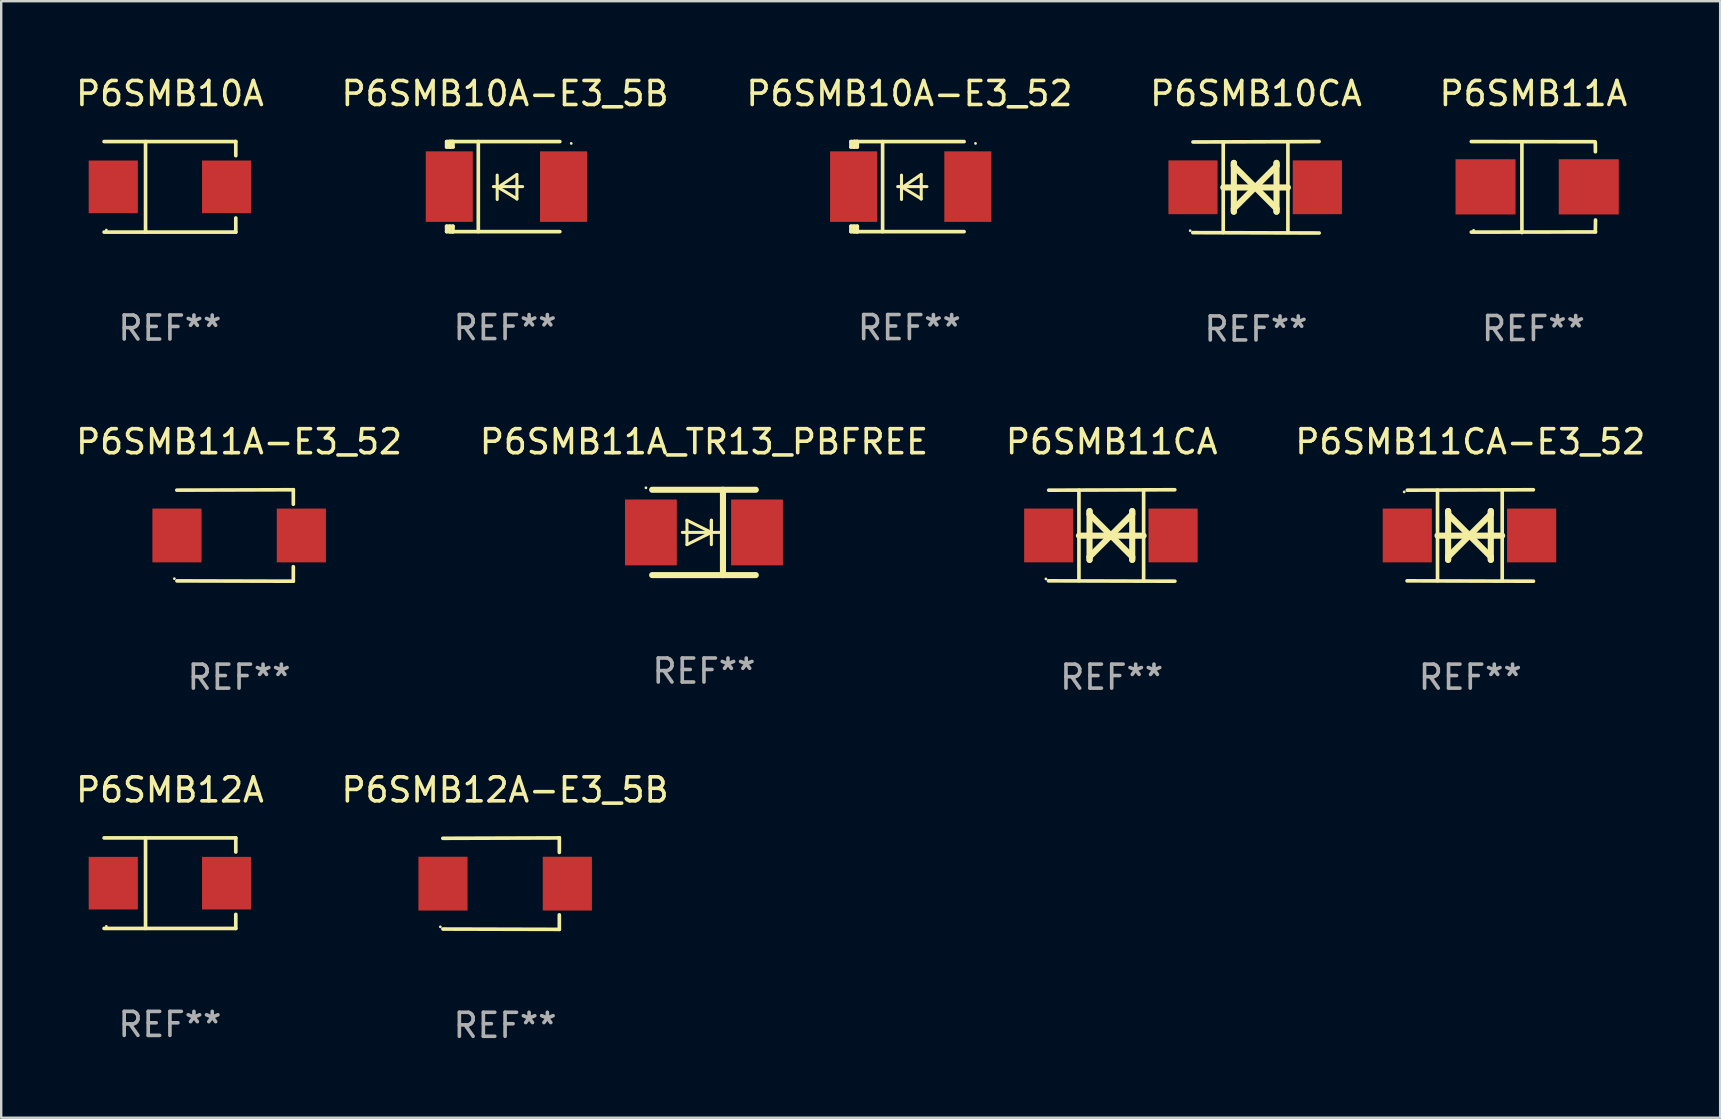
<source format=kicad_pcb>
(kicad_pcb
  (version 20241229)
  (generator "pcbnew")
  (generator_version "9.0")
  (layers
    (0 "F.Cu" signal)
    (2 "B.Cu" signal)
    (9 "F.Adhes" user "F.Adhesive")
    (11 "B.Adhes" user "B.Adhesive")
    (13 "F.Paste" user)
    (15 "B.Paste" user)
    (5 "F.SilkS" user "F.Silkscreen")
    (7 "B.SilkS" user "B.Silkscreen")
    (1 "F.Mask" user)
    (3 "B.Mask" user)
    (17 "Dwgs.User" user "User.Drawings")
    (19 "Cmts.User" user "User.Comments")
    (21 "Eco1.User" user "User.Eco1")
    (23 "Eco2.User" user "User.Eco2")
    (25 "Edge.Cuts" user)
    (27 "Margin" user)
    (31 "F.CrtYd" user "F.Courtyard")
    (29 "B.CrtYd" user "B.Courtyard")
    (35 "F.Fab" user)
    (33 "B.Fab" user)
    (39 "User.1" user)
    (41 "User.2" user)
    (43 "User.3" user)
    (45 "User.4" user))
  (footprint "P6SMB12A-E3_5B"
    (layer "F.Cu")
    (at 17.994 33.766)
    (property "Reference" "P6SMB12A-E3_5B" (at 0 -3.905 0) (layer "F.SilkS") (effects (font (size 1 1) (thickness 0.15))))
    (attr through_hole)
    (fp_line (start 2.256 -1.905) (end -2.594 -1.889) (stroke (width 0.152) (type solid)) (layer "F.SilkS"))
    (fp_line (start 2.256 -1.905) (end 2.26 -1.905) (stroke (width 0.152) (type solid)) (layer "F.SilkS"))
    (fp_line (start 2.26 -1.905) (end 2.26 -1.301) (stroke (width 0.152) (type solid)) (layer "F.SilkS"))
    (fp_line (start 2.26 1.301) (end 2.26 1.905) (stroke (width 0.152) (type solid)) (layer "F.SilkS"))
    (fp_line (start 2.26 1.905) (end -2.59 1.892) (stroke (width 0.152) (type solid)) (layer "F.SilkS"))
    (fp_circle (center -2.697 1.8) (end -2.667 1.8) (stroke (width 0.06) (type solid)) (fill no) (layer "F.SilkS"))
    (fp_text user "REF**" (at 0 5.905 0) (layer "F.Fab") (effects (font (size 1 1) (thickness 0.15))))
    (pad "1" smd rect (at -2.588 0) (size 2.047 2.241) (layers "F.Cu" "F.Mask" "F.Paste"))
    (pad "2" smd rect (at 2.594 0) (size 2.047 2.241) (layers "F.Cu" "F.Mask" "F.Paste")))
  (footprint "P6SMB10CA"
    (layer "F.Cu")
    (at 49.28 4.753)
    (property "Reference" "P6SMB10CA" (at 0 -3.905 0) (layer "F.SilkS") (effects (font (size 1 1) (thickness 0.15))))
    (attr through_hole)
    (fp_line (start -1.365 1.886) (end -1.365 -1.886) (stroke (width 0.152) (type solid)) (layer "F.SilkS"))
    (fp_line (start -1.365 0.008) (end 1.33 0.008) (stroke (width 0.254) (type solid)) (layer "F.SilkS"))
    (fp_line (start -0.923 -1.016) (end -0.923 1.016) (stroke (width 0.254) (type solid)) (layer "F.SilkS"))
    (fp_line (start -0.923 -0.889) (end -0.923 -1.016) (stroke (width 0.254) (type solid)) (layer "F.SilkS"))
    (fp_line (start -0.923 0.889) (end -0.034 0) (stroke (width 0.254) (type solid)) (layer "F.SilkS"))
    (fp_line (start -0.923 1.016) (end -0.923 0.889) (stroke (width 0.254) (type solid)) (layer "F.SilkS"))
    (fp_line (start -0.034 0) (end -0.923 -0.889) (stroke (width 0.254) (type solid)) (layer "F.SilkS"))
    (fp_line (start -0.034 0) (end 0.855 0.889) (stroke (width 0.254) (type solid)) (layer "F.SilkS"))
    (fp_line (start 0.855 -1.016) (end 0.855 -0.889) (stroke (width 0.254) (type solid)) (layer "F.SilkS"))
    (fp_line (start 0.855 -0.889) (end -0.034 0) (stroke (width 0.254) (type solid)) (layer "F.SilkS"))
    (fp_line (start 0.855 0.889) (end 0.855 1.016) (stroke (width 0.254) (type solid)) (layer "F.SilkS"))
    (fp_line (start 0.855 1.016) (end 0.855 -1.016) (stroke (width 0.254) (type solid)) (layer "F.SilkS"))
    (fp_line (start 1.33 1.886) (end 1.33 -1.886) (stroke (width 0.152) (type solid)) (layer "F.SilkS"))
    (fp_line (start 2.629 -1.905) (end -2.625 -1.887) (stroke (width 0.152) (type solid)) (layer "F.SilkS"))
    (fp_line (start 2.633 1.905) (end -2.633 1.89) (stroke (width 0.152) (type solid)) (layer "F.SilkS"))
    (fp_circle (center -2.741 1.81) (end -2.711 1.81) (stroke (width 0.06) (type solid)) (fill no) (layer "F.SilkS"))
    (fp_text user "REF**" (at 0 5.905 0) (layer "F.Fab") (effects (font (size 1 1) (thickness 0.15))))
    (pad "1" smd rect (at -2.625 0) (size 2.047 2.241) (layers "F.Cu" "F.Mask" "F.Paste"))
    (pad "2" smd rect (at 2.557 0) (size 2.047 2.241) (layers "F.Cu" "F.Mask" "F.Paste")))
  (footprint "P6SMB11CA-E3_52"
    (layer "F.Cu")
    (at 58.208 19.26)
    (property "Reference" "P6SMB11CA-E3_52" (at 0 -3.905 0) (layer "F.SilkS") (effects (font (size 1 1) (thickness 0.15))))
    (attr through_hole)
    (fp_line (start -1.365 1.886) (end -1.365 -1.886) (stroke (width 0.152) (type solid)) (layer "F.SilkS"))
    (fp_line (start -1.365 0.008) (end 1.33 0.008) (stroke (width 0.254) (type solid)) (layer "F.SilkS"))
    (fp_line (start -0.923 -1.016) (end -0.923 1.016) (stroke (width 0.254) (type solid)) (layer "F.SilkS"))
    (fp_line (start -0.923 -0.889) (end -0.923 -1.016) (stroke (width 0.254) (type solid)) (layer "F.SilkS"))
    (fp_line (start -0.923 0.889) (end -0.034 0) (stroke (width 0.254) (type solid)) (layer "F.SilkS"))
    (fp_line (start -0.923 1.016) (end -0.923 0.889) (stroke (width 0.254) (type solid)) (layer "F.SilkS"))
    (fp_line (start -0.034 0) (end -0.923 -0.889) (stroke (width 0.254) (type solid)) (layer "F.SilkS"))
    (fp_line (start -0.034 0) (end 0.855 0.889) (stroke (width 0.254) (type solid)) (layer "F.SilkS"))
    (fp_line (start 0.855 -1.016) (end 0.855 -0.889) (stroke (width 0.254) (type solid)) (layer "F.SilkS"))
    (fp_line (start 0.855 -0.889) (end -0.034 0) (stroke (width 0.254) (type solid)) (layer "F.SilkS"))
    (fp_line (start 0.855 0.889) (end 0.855 1.016) (stroke (width 0.254) (type solid)) (layer "F.SilkS"))
    (fp_line (start 0.855 1.016) (end 0.855 -1.016) (stroke (width 0.254) (type solid)) (layer "F.SilkS"))
    (fp_line (start 1.33 1.886) (end 1.33 -1.886) (stroke (width 0.152) (type solid)) (layer "F.SilkS"))
    (fp_line (start 2.629 -1.905) (end -2.625 -1.887) (stroke (width 0.152) (type solid)) (layer "F.SilkS"))
    (fp_line (start 2.633 1.905) (end -2.633 1.89) (stroke (width 0.152) (type solid)) (layer "F.SilkS"))
    (fp_circle (center -2.753 -1.816) (end -2.723 -1.816) (stroke (width 0.06) (type solid)) (fill no) (layer "F.SilkS"))
    (fp_text user "REF**" (at 0 5.905 0) (layer "F.Fab") (effects (font (size 1 1) (thickness 0.15))))
    (pad "1" smd rect (at -2.625 0) (size 2.047 2.241) (layers "F.Cu" "F.Mask" "F.Paste"))
    (pad "2" smd rect (at 2.557 0) (size 2.047 2.241) (layers "F.Cu" "F.Mask" "F.Paste")))
  (footprint "P6SMB11A_TR13_PBFREE"
    (layer "F.Cu")
    (at 26.28 19.133)
    (property "Reference" "P6SMB11A_TR13_PBFREE" (at 0 -3.778 0) (layer "F.SilkS") (effects (font (size 1 1) (thickness 0.15))))
    (attr through_hole)
    (fp_line (start -2.159 -1.778) (end 2.159 -1.778) (stroke (width 0.254) (type solid)) (layer "F.SilkS"))
    (fp_line (start -0.9 0) (end 0.816 0) (stroke (width 0.127) (type solid)) (layer "F.SilkS"))
    (fp_line (start -0.708 -0.508) (end -0.708 0.508) (stroke (width 0.127) (type solid)) (layer "F.SilkS"))
    (fp_line (start -0.708 0.508) (end 0.308 0) (stroke (width 0.127) (type solid)) (layer "F.SilkS"))
    (fp_line (start 0.308 -0.508) (end 0.308 0.508) (stroke (width 0.127) (type solid)) (layer "F.SilkS"))
    (fp_line (start 0.308 0) (end -0.708 -0.508) (stroke (width 0.127) (type solid)) (layer "F.SilkS"))
    (fp_line (start 0.308 0) (end 0.308 -0.508) (stroke (width 0.127) (type solid)) (layer "F.SilkS"))
    (fp_line (start 0.792 -1.778) (end 0.792 1.778) (stroke (width 0.254) (type solid)) (layer "F.SilkS"))
    (fp_line (start 2.159 1.778) (end -2.159 1.778) (stroke (width 0.254) (type solid)) (layer "F.SilkS"))
    (fp_circle (center -2.417 -1.859) (end -2.387 -1.859) (stroke (width 0.06) (type solid)) (fill no) (layer "F.SilkS"))
    (fp_text user "REF**" (at 0 5.778 0) (layer "F.Fab") (effects (font (size 1 1) (thickness 0.15))))
    (pad "1" smd rect (at -2.21 0) (size 2.159 2.743) (layers "F.Cu" "F.Mask" "F.Paste"))
    (pad "2" smd rect (at 2.21 0) (size 2.159 2.743) (layers "F.Cu" "F.Mask" "F.Paste")))
  (footprint "P6SMB12A"
    (layer "F.Cu")
    (at 4.03 33.747)
    (property "Reference" "P6SMB12A" (at 0 -3.886 0) (layer "F.SilkS") (effects (font (size 1 1) (thickness 0.15))))
    (attr through_hole)
    (fp_line (start -2.744 -1.886) (end 2.744 -1.886) (stroke (width 0.152) (type solid)) (layer "F.SilkS"))
    (fp_line (start -2.744 1.886) (end 2.744 1.886) (stroke (width 0.152) (type solid)) (layer "F.SilkS"))
    (fp_line (start -1.016 -1.886) (end -1.016 1.886) (stroke (width 0.152) (type solid)) (layer "F.SilkS"))
    (fp_line (start 2.744 -1.886) (end 2.744 -1.299) (stroke (width 0.152) (type solid)) (layer "F.SilkS"))
    (fp_line (start 2.744 1.886) (end 2.744 1.299) (stroke (width 0.152) (type solid)) (layer "F.SilkS"))
    (fp_circle (center -2.65 1.8) (end -2.62 1.8) (stroke (width 0.06) (type solid)) (fill no) (layer "F.SilkS"))
    (fp_text user "REF**" (at 0 5.886 0) (layer "F.Fab") (effects (font (size 1 1) (thickness 0.15))))
    (pad "1" smd rect (at -2.361 0) (size 2.047 2.192) (layers "F.Cu" "F.Mask" "F.Paste"))
    (pad "2" smd rect (at 2.361 0) (size 2.047 2.192) (layers "F.Cu" "F.Mask" "F.Paste")))
  (footprint "P6SMB10A-E3_52"
    (layer "F.Cu")
    (at 34.839 4.725)
    (property "Reference" "P6SMB10A-E3_52" (at 0 -3.876 0) (layer "F.SilkS") (effects (font (size 1 1) (thickness 0.15))))
    (attr through_hole)
    (fp_line (start -2.435 1.65) (end -2.171 1.65) (stroke (width 0.152) (type solid)) (layer "F.SilkS"))
    (fp_line (start -2.435 1.876) (end -2.435 1.65) (stroke (width 0.152) (type solid)) (layer "F.SilkS"))
    (fp_line (start -2.435 -1.876) (end -2.171 -1.876) (stroke (width 0.152) (type solid)) (layer "F.SilkS"))
    (fp_line (start -2.435 -1.65) (end -2.435 -1.876) (stroke (width 0.152) (type solid)) (layer "F.SilkS"))
    (fp_line (start -2.305 -1.866) (end -2.295 -1.876) (stroke (width 0.152) (type solid)) (layer "F.SilkS"))
    (fp_line (start -2.305 -1.65) (end -2.305 -1.866) (stroke (width 0.152) (type solid)) (layer "F.SilkS"))
    (fp_line (start -2.305 1.876) (end -2.305 1.65) (stroke (width 0.152) (type solid)) (layer "F.SilkS"))
    (fp_line (start -2.295 -1.876) (end -2.295 -1.65) (stroke (width 0.152) (type solid)) (layer "F.SilkS"))
    (fp_line (start -2.171 1.876) (end -2.435 1.876) (stroke (width 0.152) (type solid)) (layer "F.SilkS"))
    (fp_line (start -2.171 -1.65) (end -2.435 -1.65) (stroke (width 0.152) (type solid)) (layer "F.SilkS"))
    (fp_line (start -2.171 -1.876) (end -2.295 -1.876) (stroke (width 0.152) (type solid)) (layer "F.SilkS"))
    (fp_line (start -2.171 -1.65) (end -2.171 -1.876) (stroke (width 0.152) (type solid)) (layer "F.SilkS"))
    (fp_line (start -2.171 1.876) (end -2.305 1.876) (stroke (width 0.152) (type solid)) (layer "F.SilkS"))
    (fp_line (start -2.171 1.876) (end -2.171 1.65) (stroke (width 0.152) (type solid)) (layer "F.SilkS"))
    (fp_line (start -1.116 1.876) (end -1.116 -1.876) (stroke (width 0.152) (type solid)) (layer "F.SilkS"))
    (fp_line (start -0.488 0.000102) (end 0.731 0.000102) (stroke (width 0.127) (type solid)) (layer "F.SilkS"))
    (fp_line (start -0.329 -0.48) (end -0.329 0.536) (stroke (width 0.127) (type solid)) (layer "F.SilkS"))
    (fp_line (start -0.29 0.03) (end 0.493 0.51) (stroke (width 0.127) (type solid)) (layer "F.SilkS"))
    (fp_line (start 0.493 -0.51) (end -0.29 0.03) (stroke (width 0.127) (type solid)) (layer "F.SilkS"))
    (fp_line (start 0.493 0.52) (end 0.493 -0.496) (stroke (width 0.127) (type solid)) (layer "F.SilkS"))
    (fp_line (start 2.281 -1.876) (end -2.171 -1.876) (stroke (width 0.152) (type solid)) (layer "F.SilkS"))
    (fp_line (start 2.281 1.876) (end -2.171 1.876) (stroke (width 0.152) (type solid)) (layer "F.SilkS"))
    (fp_circle (center 2.755 -1.8) (end 2.785 -1.8) (stroke (width 0.06) (type solid)) (fill no) (layer "F.SilkS"))
    (fp_text user "REF**" (at 0 5.876 0) (layer "F.Fab") (effects (font (size 1 1) (thickness 0.15))))
    (pad "1" smd rect (at 2.435 -0.000025 180) (size 1.96 2.94) (layers "F.Cu" "F.Mask" "F.Paste"))
    (pad "2" smd rect (at -2.325 -0.000025 180) (size 1.96 2.94) (layers "F.Cu" "F.Mask" "F.Paste")))
  (footprint "P6SMB10A-E3_5B"
    (layer "F.Cu")
    (at 17.994 4.725)
    (property "Reference" "P6SMB10A-E3_5B" (at 0 -3.876 0) (layer "F.SilkS") (effects (font (size 1 1) (thickness 0.15))))
    (attr through_hole)
    (fp_line (start -2.435 1.65) (end -2.171 1.65) (stroke (width 0.152) (type solid)) (layer "F.SilkS"))
    (fp_line (start -2.435 1.876) (end -2.435 1.65) (stroke (width 0.152) (type solid)) (layer "F.SilkS"))
    (fp_line (start -2.435 -1.876) (end -2.171 -1.876) (stroke (width 0.152) (type solid)) (layer "F.SilkS"))
    (fp_line (start -2.435 -1.65) (end -2.435 -1.876) (stroke (width 0.152) (type solid)) (layer "F.SilkS"))
    (fp_line (start -2.305 -1.866) (end -2.295 -1.876) (stroke (width 0.152) (type solid)) (layer "F.SilkS"))
    (fp_line (start -2.305 -1.65) (end -2.305 -1.866) (stroke (width 0.152) (type solid)) (layer "F.SilkS"))
    (fp_line (start -2.305 1.876) (end -2.305 1.65) (stroke (width 0.152) (type solid)) (layer "F.SilkS"))
    (fp_line (start -2.295 -1.876) (end -2.295 -1.65) (stroke (width 0.152) (type solid)) (layer "F.SilkS"))
    (fp_line (start -2.171 1.876) (end -2.435 1.876) (stroke (width 0.152) (type solid)) (layer "F.SilkS"))
    (fp_line (start -2.171 -1.65) (end -2.435 -1.65) (stroke (width 0.152) (type solid)) (layer "F.SilkS"))
    (fp_line (start -2.171 -1.876) (end -2.295 -1.876) (stroke (width 0.152) (type solid)) (layer "F.SilkS"))
    (fp_line (start -2.171 -1.65) (end -2.171 -1.876) (stroke (width 0.152) (type solid)) (layer "F.SilkS"))
    (fp_line (start -2.171 1.876) (end -2.305 1.876) (stroke (width 0.152) (type solid)) (layer "F.SilkS"))
    (fp_line (start -2.171 1.876) (end -2.171 1.65) (stroke (width 0.152) (type solid)) (layer "F.SilkS"))
    (fp_line (start -1.116 1.876) (end -1.116 -1.876) (stroke (width 0.152) (type solid)) (layer "F.SilkS"))
    (fp_line (start -0.488 0.000102) (end 0.731 0.000102) (stroke (width 0.127) (type solid)) (layer "F.SilkS"))
    (fp_line (start -0.329 -0.48) (end -0.329 0.536) (stroke (width 0.127) (type solid)) (layer "F.SilkS"))
    (fp_line (start -0.29 0.03) (end 0.493 0.51) (stroke (width 0.127) (type solid)) (layer "F.SilkS"))
    (fp_line (start 0.493 -0.51) (end -0.29 0.03) (stroke (width 0.127) (type solid)) (layer "F.SilkS"))
    (fp_line (start 0.493 0.52) (end 0.493 -0.496) (stroke (width 0.127) (type solid)) (layer "F.SilkS"))
    (fp_line (start 2.281 -1.876) (end -2.171 -1.876) (stroke (width 0.152) (type solid)) (layer "F.SilkS"))
    (fp_line (start 2.281 1.876) (end -2.171 1.876) (stroke (width 0.152) (type solid)) (layer "F.SilkS"))
    (fp_circle (center 2.755 -1.8) (end 2.785 -1.8) (stroke (width 0.06) (type solid)) (fill no) (layer "F.SilkS"))
    (fp_text user "REF**" (at 0 5.876 0) (layer "F.Fab") (effects (font (size 1 1) (thickness 0.15))))
    (pad "1" smd rect (at 2.435 -0.000025 180) (size 1.96 2.94) (layers "F.Cu" "F.Mask" "F.Paste"))
    (pad "2" smd rect (at -2.325 -0.000025 180) (size 1.96 2.94) (layers "F.Cu" "F.Mask" "F.Paste")))
  (footprint "P6SMB11A"
    (layer "F.Cu")
    (at 60.839 4.744)
    (property "Reference" "P6SMB11A" (at 0 -3.896 0) (layer "F.SilkS") (effects (font (size 1 1) (thickness 0.15))))
    (attr through_hole)
    (fp_line (start -2.588 -1.896) (end 2.568 -1.889) (stroke (width 0.152) (type solid)) (layer "F.SilkS"))
    (fp_line (start -2.588 1.877) (end 2.588 1.87) (stroke (width 0.152) (type solid)) (layer "F.SilkS"))
    (fp_line (start -0.48 1.896) (end -0.48 -1.871) (stroke (width 0.152) (type solid)) (layer "F.SilkS"))
    (fp_line (start 2.579 -1.849) (end 2.582 -1.472) (stroke (width 0.152) (type solid)) (layer "F.SilkS"))
    (fp_line (start 2.579 1.867) (end 2.587 1.372) (stroke (width 0.152) (type solid)) (layer "F.SilkS"))
    (fp_circle (center -2.492 1.801) (end -2.462 1.801) (stroke (width 0.06) (type solid)) (fill no) (layer "F.SilkS"))
    (fp_text user "REF**" (at 0 5.896 0) (layer "F.Fab") (effects (font (size 1 1) (thickness 0.15))))
    (pad "1" smd rect (at -1.995 -0.009) (size 2.5 2.3) (layers "F.Cu" "F.Mask" "F.Paste"))
    (pad "2" smd rect (at 2.305 -0.009) (size 2.5 2.3) (layers "F.Cu" "F.Mask" "F.Paste")))
  (footprint "P6SMB10A"
    (layer "F.Cu")
    (at 4.03 4.734)
    (property "Reference" "P6SMB10A" (at 0 -3.886 0) (layer "F.SilkS") (effects (font (size 1 1) (thickness 0.15))))
    (attr through_hole)
    (fp_line (start -2.744 -1.886) (end 2.744 -1.886) (stroke (width 0.152) (type solid)) (layer "F.SilkS"))
    (fp_line (start -2.744 1.886) (end 2.744 1.886) (stroke (width 0.152) (type solid)) (layer "F.SilkS"))
    (fp_line (start -1.016 -1.886) (end -1.016 1.886) (stroke (width 0.152) (type solid)) (layer "F.SilkS"))
    (fp_line (start 2.744 -1.886) (end 2.744 -1.299) (stroke (width 0.152) (type solid)) (layer "F.SilkS"))
    (fp_line (start 2.744 1.886) (end 2.744 1.299) (stroke (width 0.152) (type solid)) (layer "F.SilkS"))
    (fp_circle (center -2.65 1.8) (end -2.62 1.8) (stroke (width 0.06) (type solid)) (fill no) (layer "F.SilkS"))
    (fp_text user "REF**" (at 0 5.886 0) (layer "F.Fab") (effects (font (size 1 1) (thickness 0.15))))
    (pad "1" smd rect (at -2.361 0) (size 2.047 2.192) (layers "F.Cu" "F.Mask" "F.Paste"))
    (pad "2" smd rect (at 2.361 0) (size 2.047 2.192) (layers "F.Cu" "F.Mask" "F.Paste")))
  (footprint "P6SMB11CA"
    (layer "F.Cu")
    (at 43.268 19.26)
    (property "Reference" "P6SMB11CA" (at 0 -3.905 0) (layer "F.SilkS") (effects (font (size 1 1) (thickness 0.15))))
    (attr through_hole)
    (fp_line (start -1.365 1.886) (end -1.365 -1.886) (stroke (width 0.152) (type solid)) (layer "F.SilkS"))
    (fp_line (start -1.365 0.008) (end 1.33 0.008) (stroke (width 0.254) (type solid)) (layer "F.SilkS"))
    (fp_line (start -0.923 -1.016) (end -0.923 1.016) (stroke (width 0.254) (type solid)) (layer "F.SilkS"))
    (fp_line (start -0.923 -0.889) (end -0.923 -1.016) (stroke (width 0.254) (type solid)) (layer "F.SilkS"))
    (fp_line (start -0.923 0.889) (end -0.034 0) (stroke (width 0.254) (type solid)) (layer "F.SilkS"))
    (fp_line (start -0.923 1.016) (end -0.923 0.889) (stroke (width 0.254) (type solid)) (layer "F.SilkS"))
    (fp_line (start -0.034 0) (end -0.923 -0.889) (stroke (width 0.254) (type solid)) (layer "F.SilkS"))
    (fp_line (start -0.034 0) (end 0.855 0.889) (stroke (width 0.254) (type solid)) (layer "F.SilkS"))
    (fp_line (start 0.855 -1.016) (end 0.855 -0.889) (stroke (width 0.254) (type solid)) (layer "F.SilkS"))
    (fp_line (start 0.855 -0.889) (end -0.034 0) (stroke (width 0.254) (type solid)) (layer "F.SilkS"))
    (fp_line (start 0.855 0.889) (end 0.855 1.016) (stroke (width 0.254) (type solid)) (layer "F.SilkS"))
    (fp_line (start 0.855 1.016) (end 0.855 -1.016) (stroke (width 0.254) (type solid)) (layer "F.SilkS"))
    (fp_line (start 1.33 1.886) (end 1.33 -1.886) (stroke (width 0.152) (type solid)) (layer "F.SilkS"))
    (fp_line (start 2.629 -1.905) (end -2.625 -1.887) (stroke (width 0.152) (type solid)) (layer "F.SilkS"))
    (fp_line (start 2.633 1.905) (end -2.633 1.89) (stroke (width 0.152) (type solid)) (layer "F.SilkS"))
    (fp_circle (center -2.741 1.81) (end -2.711 1.81) (stroke (width 0.06) (type solid)) (fill no) (layer "F.SilkS"))
    (fp_text user "REF**" (at 0 5.905 0) (layer "F.Fab") (effects (font (size 1 1) (thickness 0.15))))
    (pad "1" smd rect (at -2.625 0) (size 2.047 2.241) (layers "F.Cu" "F.Mask" "F.Paste"))
    (pad "2" smd rect (at 2.557 0) (size 2.047 2.241) (layers "F.Cu" "F.Mask" "F.Paste")))
  (footprint "P6SMB11A-E3_52"
    (layer "F.Cu")
    (at 6.911 19.26)
    (property "Reference" "P6SMB11A-E3_52" (at 0 -3.905 0) (layer "F.SilkS") (effects (font (size 1 1) (thickness 0.15))))
    (attr through_hole)
    (fp_line (start 2.256 -1.905) (end -2.594 -1.889) (stroke (width 0.152) (type solid)) (layer "F.SilkS"))
    (fp_line (start 2.256 -1.905) (end 2.26 -1.905) (stroke (width 0.152) (type solid)) (layer "F.SilkS"))
    (fp_line (start 2.26 -1.905) (end 2.26 -1.301) (stroke (width 0.152) (type solid)) (layer "F.SilkS"))
    (fp_line (start 2.26 1.301) (end 2.26 1.905) (stroke (width 0.152) (type solid)) (layer "F.SilkS"))
    (fp_line (start 2.26 1.905) (end -2.59 1.892) (stroke (width 0.152) (type solid)) (layer "F.SilkS"))
    (fp_circle (center -2.697 1.8) (end -2.667 1.8) (stroke (width 0.06) (type solid)) (fill no) (layer "F.SilkS"))
    (fp_text user "REF**" (at 0 5.905 0) (layer "F.Fab") (effects (font (size 1 1) (thickness 0.15))))
    (pad "1" smd rect (at -2.588 0) (size 2.047 2.241) (layers "F.Cu" "F.Mask" "F.Paste"))
    (pad "2" smd rect (at 2.594 0) (size 2.047 2.241) (layers "F.Cu" "F.Mask" "F.Paste")))
  (gr_rect
    (start -3 -3)
    (end 68.619 43.52)
    (stroke (width 0.1) (type default))
    (fill no)
    (layer "Edge.Cuts")))
</source>
